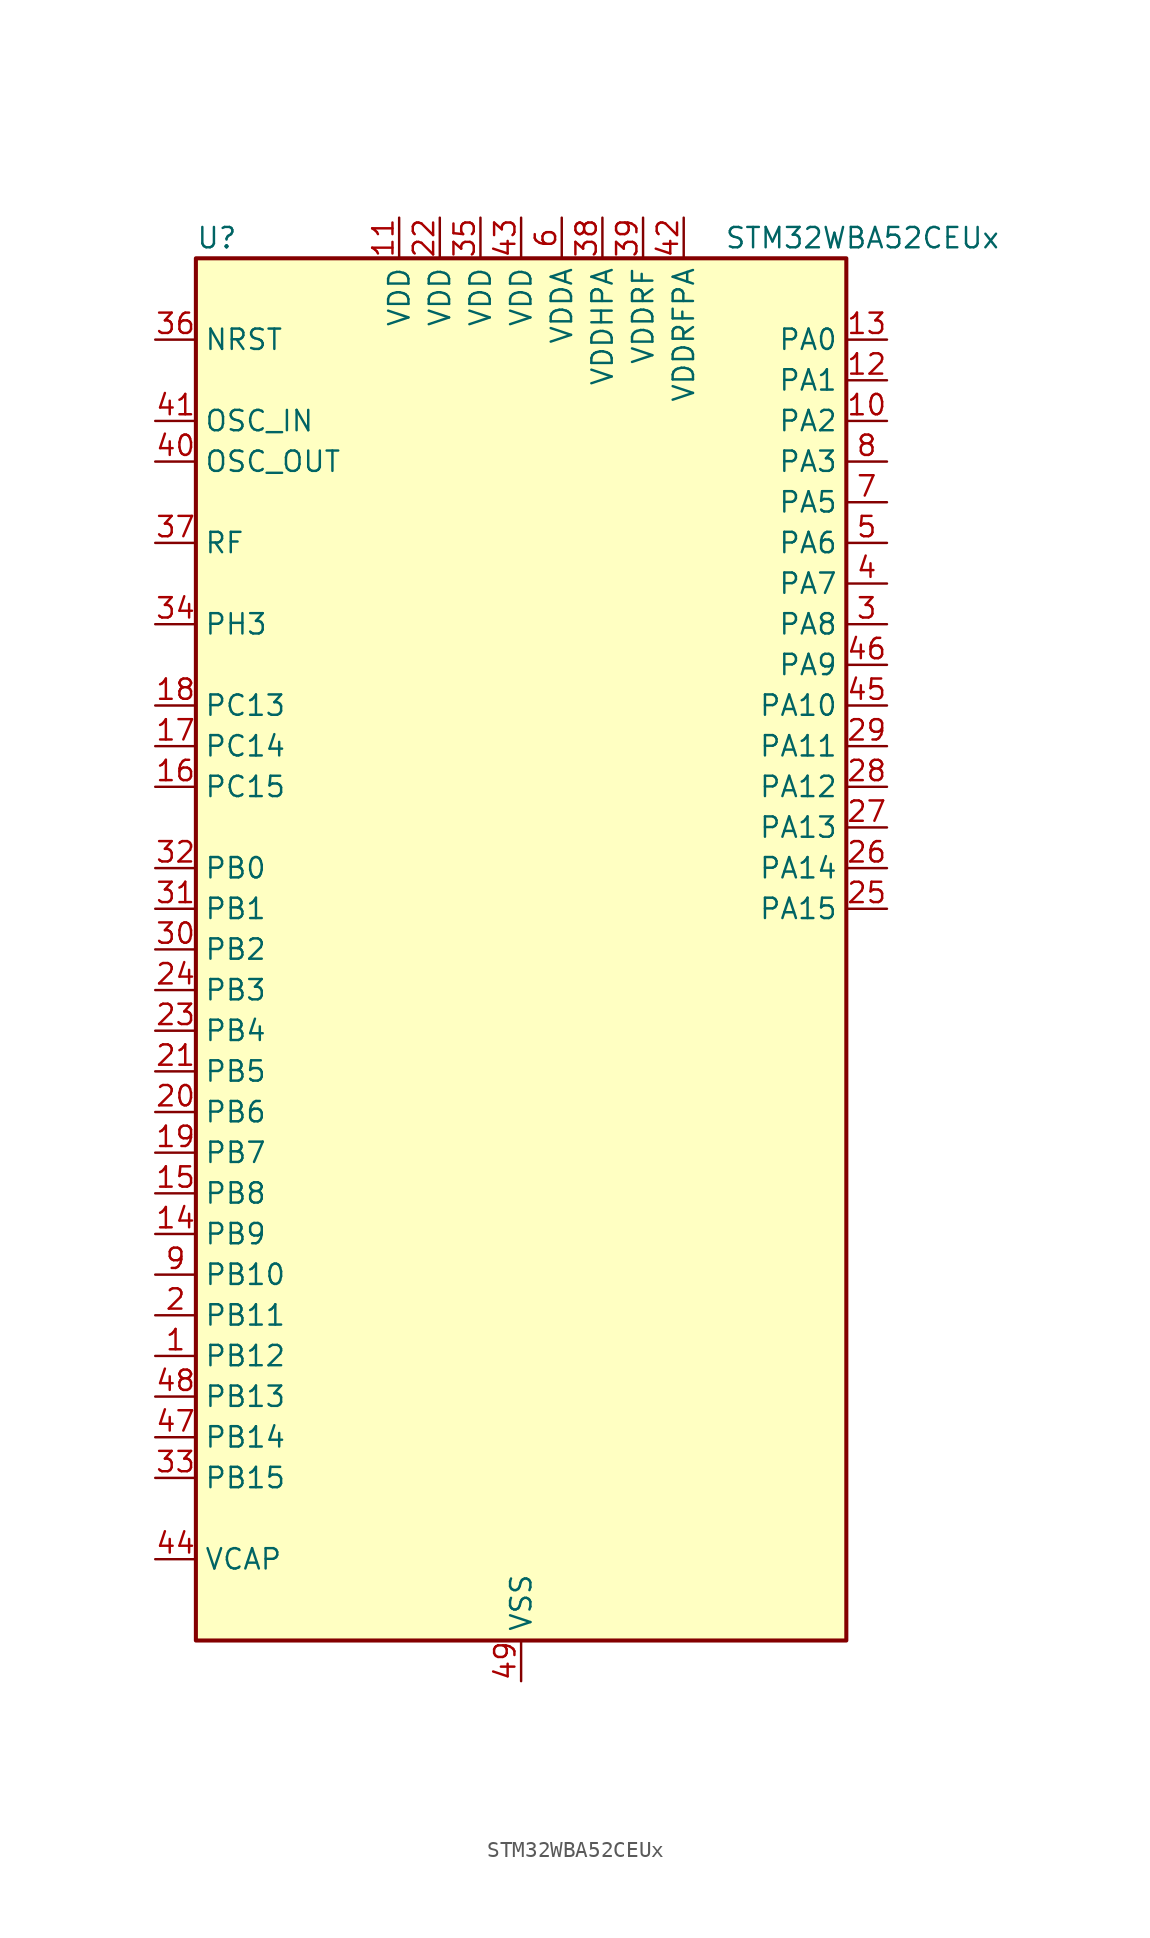
<source format=kicad_sym>
(kicad_symbol_lib
  (version 20241209)
  (generator "kicad_symbol_editor")
  (generator_version "9.0")
  (symbol "STM32WBA52CEUx"
    (property "Reference" "U"
      (at -20.32 44.45 0)
      (effects (font (size 1.27 1.27)) (justify left)))
    (property "Value" "STM32WBA52CEUx"
      (at 12.7 44.45 0)
      (effects (font (size 1.27 1.27)) (justify left)))
    (symbol "STM32WBA52CEUx_0_1"
      (rectangle (start -20.32 -43.18) (end 20.32 43.18) (stroke (width 0.254) (type default)) (fill (type background))))
    (symbol "STM32WBA52CEUx_1_1"
      (pin input line (at -22.86 38.1 0) (length 2.54) (name "NRST" (effects (font (size 1.27 1.27)))) (number "36" (effects (font (size 1.27 1.27)))))
      (pin input line (at -22.86 33.02 0) (length 2.54) (name "OSC_IN" (effects (font (size 1.27 1.27)))) (number "41" (effects (font (size 1.27 1.27)))) (alternate "RCC_OSC_IN" bidirectional line))
      (pin input line (at -22.86 30.48 0) (length 2.54) (name "OSC_OUT" (effects (font (size 1.27 1.27)))) (number "40" (effects (font (size 1.27 1.27)))) (alternate "RCC_OSC_OUT" bidirectional line))
      (pin bidirectional line (at -22.86 25.4 0) (length 2.54) (name "RF" (effects (font (size 1.27 1.27)))) (number "37" (effects (font (size 1.27 1.27)))))
      (pin bidirectional line (at -22.86 20.32 0) (length 2.54) (name "PH3" (effects (font (size 1.27 1.27)))) (number "34" (effects (font (size 1.27 1.27)))) (alternate "TAMP_IN2" bidirectional line) (alternate "TAMP_OUT1" bidirectional line))
      (pin bidirectional line (at -22.86 15.24 0) (length 2.54) (name "PC13" (effects (font (size 1.27 1.27)))) (number "18" (effects (font (size 1.27 1.27)))) (alternate "PWR_WKUP2" bidirectional line) (alternate "RTC_OUT1" bidirectional line) (alternate "RTC_TS" bidirectional line) (alternate "TAMP_IN4" bidirectional line) (alternate "TAMP_OUT5" bidirectional line) (alternate "TIM1_BKIN2" bidirectional line) (alternate "TSC_G5_IO1" bidirectional line))
      (pin bidirectional line (at -22.86 12.7 0) (length 2.54) (name "PC14" (effects (font (size 1.27 1.27)))) (number "17" (effects (font (size 1.27 1.27)))) (alternate "RCC_OSC32_IN" bidirectional line))
      (pin bidirectional line (at -22.86 10.16 0) (length 2.54) (name "PC15" (effects (font (size 1.27 1.27)))) (number "16" (effects (font (size 1.27 1.27)))) (alternate "ADC4_EXTI15" bidirectional line) (alternate "RCC_OSC32_OUT" bidirectional line))
      (pin bidirectional line (at -22.86 5.08 0) (length 2.54) (name "PB0" (effects (font (size 1.27 1.27)))) (number "32" (effects (font (size 1.27 1.27)))) (alternate "LPTIM2_IN2" bidirectional line) (alternate "TIM1_CH3N" bidirectional line) (alternate "USART2_TX" bidirectional line))
      (pin bidirectional line (at -22.86 2.54 0) (length 2.54) (name "PB1" (effects (font (size 1.27 1.27)))) (number "31" (effects (font (size 1.27 1.27)))) (alternate "I2C1_SDA" bidirectional line) (alternate "I2C3_SDA" bidirectional line) (alternate "PWR_WKUP4" bidirectional line) (alternate "TIM1_CH2N" bidirectional line) (alternate "USART2_DE" bidirectional line) (alternate "USART2_RTS" bidirectional line))
      (pin bidirectional line (at -22.86 0 0) (length 2.54) (name "PB2" (effects (font (size 1.27 1.27)))) (number "30" (effects (font (size 1.27 1.27)))) (alternate "I2C1_SCL" bidirectional line) (alternate "I2C3_SCL" bidirectional line) (alternate "PWR_WKUP1" bidirectional line) (alternate "RF_ANTSW2" bidirectional line) (alternate "RTC_OUT2" bidirectional line) (alternate "TIM1_CH1N" bidirectional line) (alternate "USART2_CTS" bidirectional line))
      (pin bidirectional line (at -22.86 -2.54 0) (length 2.54) (name "PB3" (effects (font (size 1.27 1.27)))) (number "24" (effects (font (size 1.27 1.27)))) (alternate "DEBUG_JTDO-SWO" bidirectional line) (alternate "I2C1_SDA" bidirectional line) (alternate "LPTIM1_IN2" bidirectional line) (alternate "SPI1_MISO" bidirectional line) (alternate "TIM17_CH1N" bidirectional line) (alternate "TIM1_CH4" bidirectional line) (alternate "TSC_G3_IO2" bidirectional line) (alternate "USART2_CK" bidirectional line))
      (pin bidirectional line (at -22.86 -5.08 0) (length 2.54) (name "PB4" (effects (font (size 1.27 1.27)))) (number "23" (effects (font (size 1.27 1.27)))) (alternate "DEBUG_JTRST" bidirectional line) (alternate "LPTIM2_IN2" bidirectional line) (alternate "SPI1_SCK" bidirectional line) (alternate "TIM17_CH1" bidirectional line) (alternate "TIM1_CH3" bidirectional line) (alternate "TSC_G3_IO1" bidirectional line) (alternate "USART2_RX" bidirectional line))
      (pin bidirectional line (at -22.86 -7.62 0) (length 2.54) (name "PB5" (effects (font (size 1.27 1.27)))) (number "21" (effects (font (size 1.27 1.27)))) (alternate "LPUART1_TX" bidirectional line) (alternate "TIM3_CH1" bidirectional line) (alternate "TSC_G5_IO4" bidirectional line))
      (pin bidirectional line (at -22.86 -10.16 0) (length 2.54) (name "PB6" (effects (font (size 1.27 1.27)))) (number "20" (effects (font (size 1.27 1.27)))) (alternate "PWR_WKUP3" bidirectional line) (alternate "TIM2_CH1" bidirectional line) (alternate "TIM2_ETR" bidirectional line) (alternate "TSC_G5_IO3" bidirectional line))
      (pin bidirectional line (at -22.86 -12.7 0) (length 2.54) (name "PB7" (effects (font (size 1.27 1.27)))) (number "19" (effects (font (size 1.27 1.27)))) (alternate "PWR_WKUP5" bidirectional line) (alternate "TAMP_IN5" bidirectional line) (alternate "TAMP_OUT4" bidirectional line) (alternate "TIM1_CH4N" bidirectional line) (alternate "TSC_G5_IO2" bidirectional line))
      (pin bidirectional line (at -22.86 -15.24 0) (length 2.54) (name "PB8" (effects (font (size 1.27 1.27)))) (number "15" (effects (font (size 1.27 1.27)))) (alternate "LPTIM1_ETR" bidirectional line) (alternate "PWR_PVD_IN" bidirectional line) (alternate "SPI3_MOSI" bidirectional line) (alternate "TIM16_CH1N" bidirectional line) (alternate "TIM1_CH1" bidirectional line) (alternate "TIM3_ETR" bidirectional line) (alternate "TSC_G2_IO4" bidirectional line) (alternate "USART2_RX" bidirectional line))
      (pin bidirectional line (at -22.86 -17.78 0) (length 2.54) (name "PB9" (effects (font (size 1.27 1.27)))) (number "14" (effects (font (size 1.27 1.27)))) (alternate "ADC4_IN10" bidirectional line) (alternate "IR_OUT" bidirectional line) (alternate "LPTIM2_IN1" bidirectional line) (alternate "LPUART1_DE" bidirectional line) (alternate "LPUART1_RTS" bidirectional line) (alternate "PWR_WKUP8" bidirectional line) (alternate "SPI3_MISO" bidirectional line) (alternate "TIM16_CH1" bidirectional line) (alternate "TIM1_CH3N" bidirectional line) (alternate "TIM3_CH4" bidirectional line) (alternate "TSC_G2_IO3" bidirectional line))
      (pin bidirectional line (at -22.86 -20.32 0) (length 2.54) (name "PB10" (effects (font (size 1.27 1.27)))) (number "9" (effects (font (size 1.27 1.27)))) (alternate "TIM16_BKIN" bidirectional line) (alternate "TSC_G4_IO3" bidirectional line) (alternate "USART1_CK" bidirectional line))
      (pin bidirectional line (at -22.86 -22.86 0) (length 2.54) (name "PB11" (effects (font (size 1.27 1.27)))) (number "2" (effects (font (size 1.27 1.27)))) (alternate "LPTIM1_CH1" bidirectional line) (alternate "LPTIM1_ETR" bidirectional line) (alternate "LPUART1_TX" bidirectional line))
      (pin bidirectional line (at -22.86 -25.4 0) (length 2.54) (name "PB12" (effects (font (size 1.27 1.27)))) (number "1" (effects (font (size 1.27 1.27)))) (alternate "SPI1_RDY" bidirectional line) (alternate "TIM2_CH1" bidirectional line) (alternate "TIM2_ETR" bidirectional line) (alternate "TIM3_ETR" bidirectional line) (alternate "TSC_SYNC" bidirectional line) (alternate "USART1_TX" bidirectional line))
      (pin bidirectional line (at -22.86 -27.94 0) (length 2.54) (name "PB13" (effects (font (size 1.27 1.27)))) (number "48" (effects (font (size 1.27 1.27)))) (alternate "TIM3_CH4" bidirectional line) (alternate "TSC_G6_IO2" bidirectional line))
      (pin bidirectional line (at -22.86 -30.48 0) (length 2.54) (name "PB14" (effects (font (size 1.27 1.27)))) (number "47" (effects (font (size 1.27 1.27)))) (alternate "PWR_WKUP7" bidirectional line) (alternate "RTC_REFIN" bidirectional line) (alternate "TIM3_CH3" bidirectional line) (alternate "TSC_G6_IO1" bidirectional line) (alternate "USART1_TX" bidirectional line))
      (pin bidirectional line (at -22.86 -33.02 0) (length 2.54) (name "PB15" (effects (font (size 1.27 1.27)))) (number "33" (effects (font (size 1.27 1.27)))) (alternate "ADC4_EXTI15" bidirectional line) (alternate "I2C1_SMBA" bidirectional line) (alternate "I2C3_SMBA" bidirectional line) (alternate "LPUART1_CTS" bidirectional line) (alternate "TIM16_BKIN" bidirectional line) (alternate "TIM1_BKIN2" bidirectional line) (alternate "USART2_CTS" bidirectional line))
      (pin power_out line (at -22.86 -38.1 0) (length 2.54) (name "VCAP" (effects (font (size 1.27 1.27)))) (number "44" (effects (font (size 1.27 1.27)))))
      (pin power_in line (at -7.62 45.72 270) (length 2.54) (name "VDD" (effects (font (size 1.27 1.27)))) (number "11" (effects (font (size 1.27 1.27)))))
      (pin power_in line (at -5.08 45.72 270) (length 2.54) (name "VDD" (effects (font (size 1.27 1.27)))) (number "22" (effects (font (size 1.27 1.27)))))
      (pin power_in line (at -2.54 45.72 270) (length 2.54) (name "VDD" (effects (font (size 1.27 1.27)))) (number "35" (effects (font (size 1.27 1.27)))))
      (pin power_in line (at 0 45.72 270) (length 2.54) (name "VDD" (effects (font (size 1.27 1.27)))) (number "43" (effects (font (size 1.27 1.27)))))
      (pin power_in line (at 0 -45.72 90) (length 2.54) (name "VSS" (effects (font (size 1.27 1.27)))) (number "49" (effects (font (size 1.27 1.27)))))
      (pin power_in line (at 2.54 45.72 270) (length 2.54) (name "VDDA" (effects (font (size 1.27 1.27)))) (number "6" (effects (font (size 1.27 1.27)))))
      (pin power_in line (at 5.08 45.72 270) (length 2.54) (name "VDDHPA" (effects (font (size 1.27 1.27)))) (number "38" (effects (font (size 1.27 1.27)))))
      (pin power_in line (at 7.62 45.72 270) (length 2.54) (name "VDDRF" (effects (font (size 1.27 1.27)))) (number "39" (effects (font (size 1.27 1.27)))))
      (pin power_in line (at 10.16 45.72 270) (length 2.54) (name "VDDRFPA" (effects (font (size 1.27 1.27)))) (number "42" (effects (font (size 1.27 1.27)))))
      (pin bidirectional line (at 22.86 38.1 180) (length 2.54) (name "PA0" (effects (font (size 1.27 1.27)))) (number "13" (effects (font (size 1.27 1.27)))) (alternate "ADC4_IN9" bidirectional line) (alternate "LPTIM1_IN1" bidirectional line) (alternate "LPUART1_CTS" bidirectional line) (alternate "PWR_WKUP1" bidirectional line) (alternate "SPI3_SCK" bidirectional line) (alternate "TIM1_CH2N" bidirectional line) (alternate "TIM3_CH3" bidirectional line) (alternate "TIM3_ETR" bidirectional line) (alternate "TSC_G2_IO2" bidirectional line))
      (pin bidirectional line (at 22.86 35.56 180) (length 2.54) (name "PA1" (effects (font (size 1.27 1.27)))) (number "12" (effects (font (size 1.27 1.27)))) (alternate "ADC4_IN8" bidirectional line) (alternate "LPTIM2_CH2" bidirectional line) (alternate "LPUART1_RX" bidirectional line) (alternate "PWR_WKUP3" bidirectional line) (alternate "SPI1_RDY" bidirectional line) (alternate "TIM17_CH1" bidirectional line) (alternate "TIM1_CH1N" bidirectional line) (alternate "TIM3_CH2" bidirectional line) (alternate "TSC_G2_IO1" bidirectional line) (alternate "USART1_CK" bidirectional line))
      (pin bidirectional line (at 22.86 33.02 180) (length 2.54) (name "PA2" (effects (font (size 1.27 1.27)))) (number "10" (effects (font (size 1.27 1.27)))) (alternate "ADC4_IN7" bidirectional line) (alternate "LPUART1_TX" bidirectional line) (alternate "PWR_WKUP4" bidirectional line) (alternate "RCC_LSCO" bidirectional line) (alternate "TIM16_CH1" bidirectional line) (alternate "TIM1_BKIN" bidirectional line) (alternate "TIM3_CH1" bidirectional line) (alternate "TSC_G4_IO4" bidirectional line) (alternate "USART1_DE" bidirectional line) (alternate "USART1_RTS" bidirectional line))
      (pin bidirectional line (at 22.86 30.48 180) (length 2.54) (name "PA3" (effects (font (size 1.27 1.27)))) (number "8" (effects (font (size 1.27 1.27)))) (alternate "ADC4_IN6" bidirectional line) (alternate "PWR_WKUP5" bidirectional line) (alternate "TIM16_CH1N" bidirectional line) (alternate "TSC_G4_IO2" bidirectional line) (alternate "USART1_DE" bidirectional line) (alternate "USART1_RTS" bidirectional line))
      (pin bidirectional line (at 22.86 27.94 180) (length 2.54) (name "PA5" (effects (font (size 1.27 1.27)))) (number "7" (effects (font (size 1.27 1.27)))) (alternate "ADC4_IN4" bidirectional line) (alternate "LPTIM2_ETR" bidirectional line) (alternate "PWR_CSLEEP" bidirectional line) (alternate "PWR_WKUP6" bidirectional line) (alternate "SPI3_NSS" bidirectional line) (alternate "TIM2_CH1" bidirectional line) (alternate "TIM2_ETR" bidirectional line) (alternate "TSC_G1_IO4" bidirectional line) (alternate "USART1_CK" bidirectional line))
      (pin bidirectional line (at 22.86 25.4 180) (length 2.54) (name "PA6" (effects (font (size 1.27 1.27)))) (number "5" (effects (font (size 1.27 1.27)))) (alternate "ADC4_IN3" bidirectional line) (alternate "I2C3_SCL" bidirectional line) (alternate "PWR_CSTOP" bidirectional line) (alternate "PWR_WKUP7" bidirectional line) (alternate "SPI3_RDY" bidirectional line) (alternate "TIM2_CH4" bidirectional line) (alternate "TSC_G1_IO3" bidirectional line) (alternate "USART1_DE" bidirectional line) (alternate "USART1_RTS" bidirectional line))
      (pin bidirectional line (at 22.86 22.86 180) (length 2.54) (name "PA7" (effects (font (size 1.27 1.27)))) (number "4" (effects (font (size 1.27 1.27)))) (alternate "ADC4_IN2" bidirectional line) (alternate "I2C3_SDA" bidirectional line) (alternate "PWR_WKUP8" bidirectional line) (alternate "TAMP_IN1" bidirectional line) (alternate "TAMP_OUT2" bidirectional line) (alternate "TIM2_CH3" bidirectional line) (alternate "TSC_G1_IO2" bidirectional line) (alternate "USART1_CTS" bidirectional line))
      (pin bidirectional line (at 22.86 20.32 180) (length 2.54) (name "PA8" (effects (font (size 1.27 1.27)))) (number "3" (effects (font (size 1.27 1.27)))) (alternate "ADC4_IN1" bidirectional line) (alternate "LPTIM1_CH2" bidirectional line) (alternate "RCC_MCO" bidirectional line) (alternate "SPI3_RDY" bidirectional line) (alternate "TIM2_CH2" bidirectional line) (alternate "TSC_G1_IO1" bidirectional line) (alternate "USART1_RX" bidirectional line))
      (pin bidirectional line (at 22.86 17.78 180) (length 2.54) (name "PA9" (effects (font (size 1.27 1.27)))) (number "46" (effects (font (size 1.27 1.27)))) (alternate "LPUART1_DE" bidirectional line) (alternate "LPUART1_RTS" bidirectional line) (alternate "TIM3_CH2" bidirectional line))
      (pin bidirectional line (at 22.86 15.24 180) (length 2.54) (name "PA10" (effects (font (size 1.27 1.27)))) (number "45" (effects (font (size 1.27 1.27)))) (alternate "LPUART1_RX" bidirectional line) (alternate "TIM3_CH1" bidirectional line))
      (pin bidirectional line (at 22.86 12.7 180) (length 2.54) (name "PA11" (effects (font (size 1.27 1.27)))) (number "29" (effects (font (size 1.27 1.27)))) (alternate "LPTIM2_CH1" bidirectional line) (alternate "RF_ANTSW1" bidirectional line) (alternate "TIM1_CH1" bidirectional line) (alternate "USART2_RX" bidirectional line))
      (pin bidirectional line (at 22.86 10.16 180) (length 2.54) (name "PA12" (effects (font (size 1.27 1.27)))) (number "28" (effects (font (size 1.27 1.27)))) (alternate "PWR_WKUP6" bidirectional line) (alternate "RF_ANTSW0" bidirectional line) (alternate "SPI1_NSS" bidirectional line) (alternate "TIM1_CH2" bidirectional line) (alternate "TSC_G3_IO4" bidirectional line) (alternate "USART2_TX" bidirectional line))
      (pin bidirectional line (at 22.86 7.62 180) (length 2.54) (name "PA13" (effects (font (size 1.27 1.27)))) (number "27" (effects (font (size 1.27 1.27)))) (alternate "DEBUG_JTMS-SWDIO" bidirectional line) (alternate "IR_OUT" bidirectional line))
      (pin bidirectional line (at 22.86 5.08 180) (length 2.54) (name "PA14" (effects (font (size 1.27 1.27)))) (number "26" (effects (font (size 1.27 1.27)))) (alternate "DEBUG_JTCK-SWCLK" bidirectional line) (alternate "TAMP_IN3" bidirectional line) (alternate "TAMP_OUT6" bidirectional line) (alternate "USART2_TX" bidirectional line))
      (pin bidirectional line (at 22.86 2.54 180) (length 2.54) (name "PA15" (effects (font (size 1.27 1.27)))) (number "25" (effects (font (size 1.27 1.27)))) (alternate "ADC4_EXTI15" bidirectional line) (alternate "DEBUG_JTDI" bidirectional line) (alternate "I2C1_SCL" bidirectional line) (alternate "LPTIM1_CH2" bidirectional line) (alternate "SPI1_MOSI" bidirectional line) (alternate "TIM17_BKIN" bidirectional line) (alternate "TIM1_ETR" bidirectional line) (alternate "TSC_G3_IO3" bidirectional line) (alternate "USART2_DE" bidirectional line) (alternate "USART2_RTS" bidirectional line)))))
</source>
